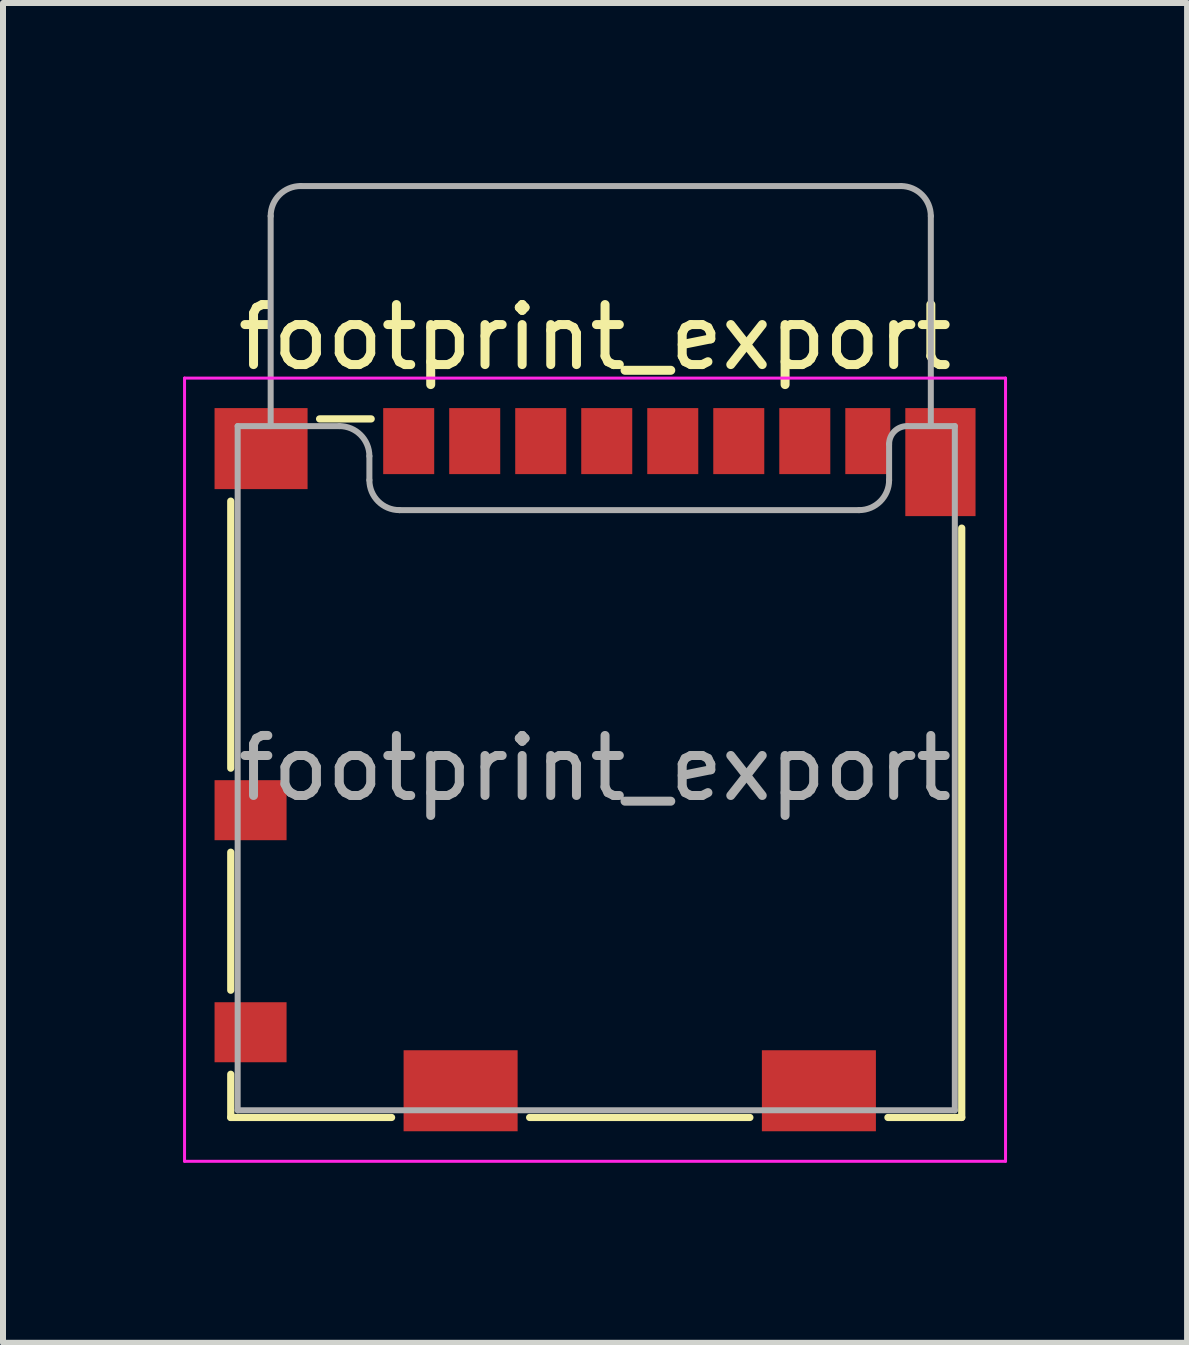
<source format=kicad_pcb>
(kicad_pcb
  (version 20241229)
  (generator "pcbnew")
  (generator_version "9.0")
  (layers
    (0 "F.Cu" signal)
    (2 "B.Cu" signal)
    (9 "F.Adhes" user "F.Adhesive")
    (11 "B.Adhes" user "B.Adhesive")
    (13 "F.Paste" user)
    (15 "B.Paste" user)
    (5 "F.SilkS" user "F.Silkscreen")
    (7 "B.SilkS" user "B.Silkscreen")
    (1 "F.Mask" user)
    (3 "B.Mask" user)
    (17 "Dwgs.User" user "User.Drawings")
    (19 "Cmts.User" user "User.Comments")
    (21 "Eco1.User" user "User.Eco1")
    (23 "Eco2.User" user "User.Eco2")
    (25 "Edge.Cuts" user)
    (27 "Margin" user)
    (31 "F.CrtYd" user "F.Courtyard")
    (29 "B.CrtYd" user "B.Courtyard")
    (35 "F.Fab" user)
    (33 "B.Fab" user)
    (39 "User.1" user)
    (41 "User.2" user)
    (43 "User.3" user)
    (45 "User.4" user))
  (footprint "footprint_export"
    (layer "F.Cu")
    (at 6.865 9.75)
    (property "Reference" "footprint_export" (at 0 -7.18 0) (layer "F.SilkS") (effects (font (size 1 1) (thickness 0.15))))
    (attr smd)
    (fp_line (start -6.07 -4.45) (end -6.07 0) (stroke (width 0.12) (type solid)) (layer "F.SilkS"))
    (fp_line (start -6.07 1.4) (end -6.07 3.7) (stroke (width 0.12) (type solid)) (layer "F.SilkS"))
    (fp_line (start -6.07 5.1) (end -6.07 5.82) (stroke (width 0.12) (type solid)) (layer "F.SilkS"))
    (fp_line (start -6.07 5.82) (end -3.39 5.82) (stroke (width 0.12) (type solid)) (layer "F.SilkS"))
    (fp_line (start -4.59 -5.82) (end -3.73 -5.82) (stroke (width 0.12) (type solid)) (layer "F.SilkS"))
    (fp_line (start -1.09 5.82) (end 2.58 5.82) (stroke (width 0.12) (type solid)) (layer "F.SilkS"))
    (fp_line (start 4.88 5.82) (end 6.11 5.82) (stroke (width 0.12) (type solid)) (layer "F.SilkS"))
    (fp_line (start 6.11 5.82) (end 6.11 -4) (stroke (width 0.12) (type solid)) (layer "F.SilkS"))
    (fp_line (start -6.84 -6.5) (end 6.84 -6.5) (stroke (width 0.05) (type solid)) (layer "F.CrtYd"))
    (fp_line (start -6.84 6.55) (end -6.84 -6.5) (stroke (width 0.05) (type solid)) (layer "F.CrtYd"))
    (fp_line (start 6.84 -6.5) (end 6.84 6.55) (stroke (width 0.05) (type solid)) (layer "F.CrtYd"))
    (fp_line (start 6.84 6.55) (end -6.84 6.55) (stroke (width 0.05) (type solid)) (layer "F.CrtYd"))
    (fp_line (start -5.955 -5.7) (end -5.955 5.7) (stroke (width 0.1) (type solid)) (layer "F.Fab"))
    (fp_line (start -5.955 -5.7) (end -4.26 -5.7) (stroke (width 0.1) (type solid)) (layer "F.Fab"))
    (fp_line (start -5.405 -9.2) (end -5.405 -5.7) (stroke (width 0.1) (type solid)) (layer "F.Fab"))
    (fp_line (start -4.905 -9.7) (end 5.095 -9.7) (stroke (width 0.1) (type solid)) (layer "F.Fab"))
    (fp_line (start -3.76 -4.8) (end -3.76 -5.2) (stroke (width 0.1) (type solid)) (layer "F.Fab"))
    (fp_line (start 4.4 -4.3) (end -3.26 -4.3) (stroke (width 0.1) (type solid)) (layer "F.Fab"))
    (fp_line (start 4.9 -5.4) (end 4.9 -4.8) (stroke (width 0.1) (type solid)) (layer "F.Fab"))
    (fp_line (start 5.595 -5.7) (end 5.595 -9.2) (stroke (width 0.1) (type solid)) (layer "F.Fab"))
    (fp_line (start 5.995 -5.7) (end 5.21 -5.7) (stroke (width 0.1) (type solid)) (layer "F.Fab"))
    (fp_line (start 5.995 5.7) (end -5.955 5.7) (stroke (width 0.1) (type solid)) (layer "F.Fab"))
    (fp_line (start 5.995 5.7) (end 5.995 -5.7) (stroke (width 0.1) (type solid)) (layer "F.Fab"))
    (fp_arc (start -5.405 -9.2) (mid -5.258553 -9.553553) (end -4.905 -9.7) (stroke (width 0.1) (type solid)) (layer "F.Fab"))
    (fp_arc (start -4.26 -5.7) (mid -3.906447 -5.553553) (end -3.76 -5.2) (stroke (width 0.1) (type solid)) (layer "F.Fab"))
    (fp_arc (start -3.26 -4.3) (mid -3.613553 -4.446447) (end -3.76 -4.8) (stroke (width 0.1) (type solid)) (layer "F.Fab"))
    (fp_arc (start 4.9 -5.4) (mid 4.987868 -5.612132) (end 5.2 -5.7) (stroke (width 0.1) (type solid)) (layer "F.Fab"))
    (fp_arc (start 4.9 -4.8) (mid 4.753553 -4.446447) (end 4.4 -4.3) (stroke (width 0.1) (type solid)) (layer "F.Fab"))
    (fp_arc (start 5.095 -9.7) (mid 5.448553 -9.553553) (end 5.595 -9.2) (stroke (width 0.1) (type solid)) (layer "F.Fab"))
    (fp_text user "${REFERENCE}" (at 0 0 0) (layer "F.Fab") (effects (font (size 1 1) (thickness 0.15))))
    (pad "1" smd rect (at -3.105 -5.45) (size 0.85 1.1) (layers "F.Cu" "F.Mask" "F.Paste"))
    (pad "2" smd rect (at -2.005 -5.45) (size 0.85 1.1) (layers "F.Cu" "F.Mask" "F.Paste"))
    (pad "3" smd rect (at -0.905 -5.45) (size 0.85 1.1) (layers "F.Cu" "F.Mask" "F.Paste"))
    (pad "4" smd rect (at 0.195 -5.45) (size 0.85 1.1) (layers "F.Cu" "F.Mask" "F.Paste"))
    (pad "5" smd rect (at 1.295 -5.45) (size 0.85 1.1) (layers "F.Cu" "F.Mask" "F.Paste"))
    (pad "6" smd rect (at 2.395 -5.45) (size 0.85 1.1) (layers "F.Cu" "F.Mask" "F.Paste"))
    (pad "7" smd rect (at 3.495 -5.45) (size 0.85 1.1) (layers "F.Cu" "F.Mask" "F.Paste"))
    (pad "8" smd rect (at 4.545 -5.45) (size 0.75 1.1) (layers "F.Cu" "F.Mask" "F.Paste"))
    (pad "9" smd rect (at -5.74 0.7) (size 1.2 1) (layers "F.Cu" "F.Mask" "F.Paste"))
    (pad "10" smd rect (at -5.74 4.4) (size 1.2 1) (layers "F.Cu" "F.Mask" "F.Paste"))
    (pad "11" smd rect (at -5.565 -5.325) (size 1.55 1.35) (layers "F.Cu" "F.Mask" "F.Paste"))
    (pad "11" smd rect (at -2.24 5.375) (size 1.9 1.35) (layers "F.Cu" "F.Mask" "F.Paste"))
    (pad "11" smd rect (at 3.73 5.375) (size 1.9 1.35) (layers "F.Cu" "F.Mask" "F.Paste"))
    (pad "11" smd rect (at 5.755 -5.1) (size 1.17 1.8) (layers "F.Cu" "F.Mask" "F.Paste")))
  (gr_rect
    (start -3 -3)
    (end 16.73 19.325)
    (stroke (width 0.1) (type default))
    (fill no)
    (layer "Edge.Cuts")))
</source>
